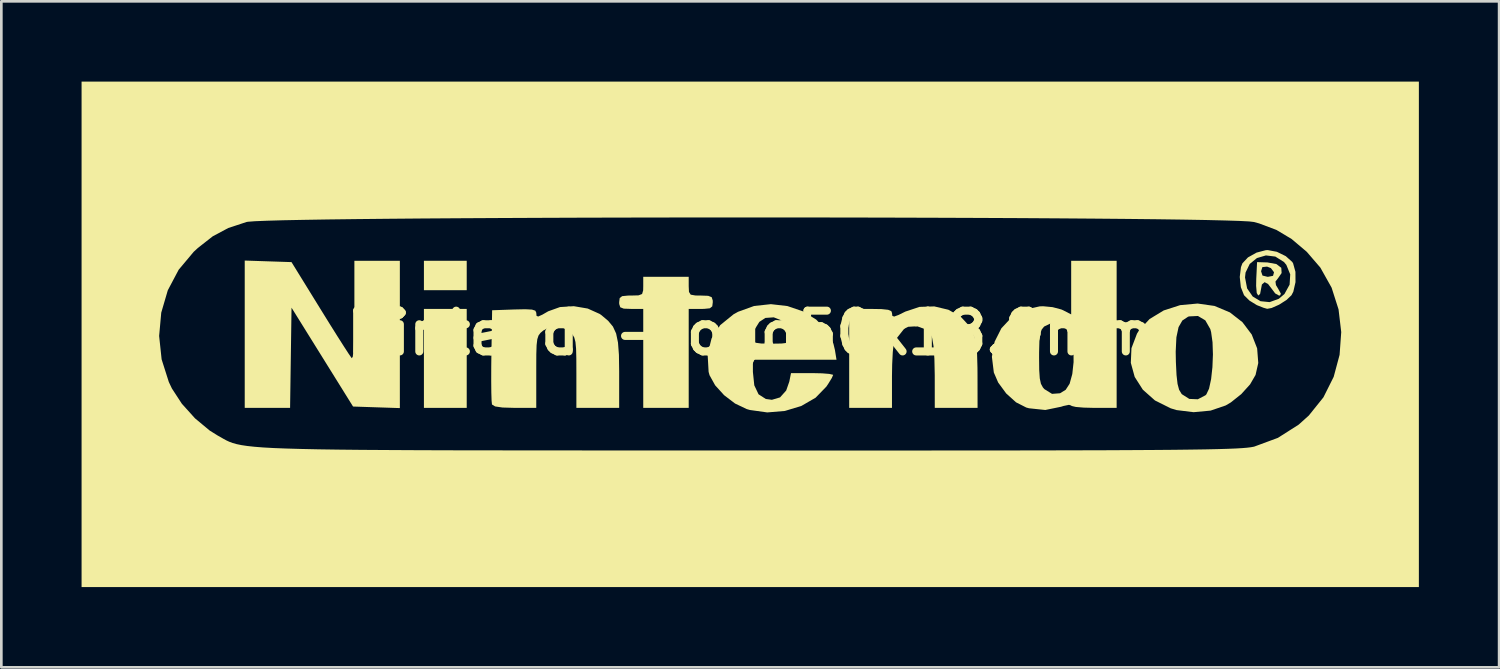
<source format=kicad_pcb>
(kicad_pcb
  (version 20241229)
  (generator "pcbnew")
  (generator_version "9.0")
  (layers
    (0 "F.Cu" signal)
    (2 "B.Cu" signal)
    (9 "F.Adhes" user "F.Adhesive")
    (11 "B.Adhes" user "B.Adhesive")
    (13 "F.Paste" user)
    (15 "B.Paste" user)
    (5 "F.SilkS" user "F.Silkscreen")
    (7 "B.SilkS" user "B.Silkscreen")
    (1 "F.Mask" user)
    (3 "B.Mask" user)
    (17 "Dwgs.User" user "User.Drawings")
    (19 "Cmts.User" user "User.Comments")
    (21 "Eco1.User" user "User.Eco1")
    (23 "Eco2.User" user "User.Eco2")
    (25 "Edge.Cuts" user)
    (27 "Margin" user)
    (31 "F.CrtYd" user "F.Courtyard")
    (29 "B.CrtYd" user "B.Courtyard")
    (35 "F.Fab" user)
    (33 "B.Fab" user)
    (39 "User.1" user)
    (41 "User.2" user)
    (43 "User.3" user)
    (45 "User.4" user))
  (footprint "Nintendo-logo50x18.9mm"
    (layer "F.Cu")
    (at 25 9.4)
    (property "Reference" "Nintendo-logo50x18.9mm" (at 0 0 0) (layer "F.SilkS") (effects (font (size 1.524 1.524) (thickness 0.3))))
    (attr board_only exclude_from_pos_files exclude_from_bom)
    (fp_poly (pts (xy -10.6 -1.6) (xy -12.2 -1.6) (xy -12.2 -2.7) (xy -10.6 -2.7)) (stroke (width 0) (type solid)) (fill yes) (layer "F.SilkS"))
    (fp_poly (pts (xy -10.6 2.8) (xy -12.2 2.8) (xy -12.2 -0.9) (xy -10.6 -0.9)) (stroke (width 0) (type solid)) (fill yes) (layer "F.SilkS"))
    (fp_poly (pts (xy -18.026 -2.679) (xy -17.151 -2.65) (xy -16.072 -0.902) (xy -15.742 -0.369) (xy -15.443 0.108) (xy -15.192 0.502) (xy -15.008 0.786) (xy -14.906 0.932) (xy -14.897 0.943) (xy -14.86 0.886) (xy -14.831 0.636) (xy -14.812 0.201) (xy -14.802 -0.41) (xy -14.8 -0.83) (xy -14.8 -2.7) (xy -13.1 -2.7) (xy -13.1 2.808) (xy -14.85 2.75) (xy -17.15 -0.946) (xy -17.204 2.8) (xy -18.9 2.8) (xy -18.9 -2.708)) (stroke (width 0) (type solid)) (fill yes) (layer "F.SilkS"))
    (fp_poly (pts (xy -2.3 -1.75) (xy -2.29 -1.535) (xy -2.225 -1.433) (xy -2.05 -1.402) (xy -1.85 -1.4) (xy -1.572 -1.39) (xy -1.441 -1.339) (xy -1.402 -1.217) (xy -1.4 -1.15) (xy -1.419 -0.996) (xy -1.51 -0.923) (xy -1.729 -0.901) (xy -1.85 -0.9) (xy -2.3 -0.9) (xy -2.3 2.8) (xy -4 2.8) (xy -4 -0.9) (xy -4.45 -0.9) (xy -4.728 -0.91) (xy -4.859 -0.961) (xy -4.898 -1.083) (xy -4.9 -1.15) (xy -4.881 -1.304) (xy -4.79 -1.377) (xy -4.571 -1.399) (xy -4.45 -1.4) (xy -4.174 -1.407) (xy -4.043 -1.458) (xy -4.003 -1.594) (xy -4 -1.75) (xy -4 -2.1) (xy -2.3 -2.1)) (stroke (width 0) (type solid)) (fill yes) (layer "F.SilkS"))
    (fp_poly (pts (xy 19.336 -2.638) (xy 19.673 -2.577) (xy 19.856 -2.437) (xy 19.868 -2.241) (xy 19.74 -2.055) (xy 19.638 -1.923) (xy 19.657 -1.79) (xy 19.743 -1.647) (xy 19.84 -1.47) (xy 19.811 -1.404) (xy 19.769 -1.4) (xy 19.627 -1.48) (xy 19.5 -1.65) (xy 19.36 -1.833) (xy 19.233 -1.9) (xy 19.131 -1.814) (xy 19.1 -1.65) (xy 19.064 -1.462) (xy 18.995 -1.4) (xy 18.938 -1.494) (xy 18.915 -1.76) (xy 18.92 -2.025) (xy 18.934 -2.307) (xy 19.1 -2.307) (xy 19.153 -2.147) (xy 19.344 -2.1) (xy 19.357 -2.1) (xy 19.547 -2.137) (xy 19.583 -2.265) (xy 19.581 -2.275) (xy 19.467 -2.426) (xy 19.324 -2.482) (xy 19.148 -2.463) (xy 19.1 -2.308) (xy 19.1 -2.307) (xy 18.934 -2.307) (xy 18.95 -2.65)) (stroke (width 0) (type solid)) (fill yes) (layer "F.SilkS"))
    (fp_poly (pts (xy 7.409 -0.869) (xy 7.867 -0.612) (xy 8.214 -0.237) (xy 8.307 -0.065) (xy 8.393 0.165) (xy 8.449 0.438) (xy 8.482 0.8) (xy 8.496 1.294) (xy 8.498 1.575) (xy 8.5 2.8) (xy 6.9 2.8) (xy 6.899 1.575) (xy 6.886 0.962) (xy 6.853 0.489) (xy 6.801 0.183) (xy 6.774 0.108) (xy 6.55 -0.138) (xy 6.241 -0.251) (xy 5.906 -0.232) (xy 5.606 -0.085) (xy 5.413 0.161) (xy 5.367 0.363) (xy 5.33 0.718) (xy 5.307 1.178) (xy 5.3 1.605) (xy 5.3 2.8) (xy 3.7 2.8) (xy 3.7 -0.9) (xy 4.5 -0.9) (xy 4.91 -0.893) (xy 5.157 -0.867) (xy 5.275 -0.816) (xy 5.3 -0.75) (xy 5.313 -0.641) (xy 5.381 -0.614) (xy 5.545 -0.674) (xy 5.8 -0.8) (xy 6.331 -0.976) (xy 6.882 -0.994)) (stroke (width 0) (type solid)) (fill yes) (layer "F.SilkS"))
    (fp_poly (pts (xy 19.689 -3.036) (xy 20.023 -2.873) (xy 20.264 -2.658) (xy 20.297 -2.606) (xy 20.385 -2.287) (xy 20.387 -1.9) (xy 20.306 -1.545) (xy 20.237 -1.412) (xy 20.049 -1.233) (xy 19.773 -1.058) (xy 19.493 -0.934) (xy 19.328 -0.904) (xy 19.191 -0.943) (xy 18.961 -1.034) (xy 18.938 -1.044) (xy 18.666 -1.211) (xy 18.463 -1.412) (xy 18.344 -1.712) (xy 18.305 -2.077) (xy 18.5 -2.077) (xy 18.578 -1.667) (xy 18.786 -1.365) (xy 19.08 -1.188) (xy 19.42 -1.154) (xy 19.764 -1.279) (xy 19.975 -1.459) (xy 20.167 -1.808) (xy 20.19 -2.191) (xy 20.045 -2.547) (xy 19.955 -2.655) (xy 19.633 -2.857) (xy 19.281 -2.9) (xy 18.945 -2.801) (xy 18.675 -2.581) (xy 18.52 -2.259) (xy 18.5 -2.077) (xy 18.305 -2.077) (xy 18.303 -2.096) (xy 18.348 -2.462) (xy 18.403 -2.606) (xy 18.61 -2.826) (xy 18.93 -3.005) (xy 19.275 -3.096) (xy 19.35 -3.1)) (stroke (width 0) (type solid)) (fill yes) (layer "F.SilkS"))
    (fp_poly (pts (xy -6.076 -0.914) (xy -5.627 -0.712) (xy -5.562 -0.666) (xy -5.312 -0.455) (xy -5.133 -0.24) (xy -5.014 0.019) (xy -4.944 0.358) (xy -4.909 0.818) (xy -4.9 1.435) (xy -4.9 1.495) (xy -4.9 2.8) (xy -6.5 2.8) (xy -6.5 1.495) (xy -6.502 0.96) (xy -6.511 0.587) (xy -6.535 0.337) (xy -6.578 0.171) (xy -6.647 0.053) (xy -6.745 -0.055) (xy -7.064 -0.261) (xy -7.403 -0.269) (xy -7.737 -0.093) (xy -7.843 -0.003) (xy -7.915 0.094) (xy -7.961 0.234) (xy -7.987 0.455) (xy -7.998 0.792) (xy -8 1.282) (xy -8 1.457) (xy -8 2.8) (xy -8.803 2.8) (xy -9.261 2.787) (xy -9.538 2.746) (xy -9.654 2.675) (xy -9.656 2.671) (xy -9.67 2.533) (xy -9.68 2.23) (xy -9.684 1.799) (xy -9.683 1.275) (xy -9.678 0.846) (xy -9.65 -0.85) (xy -8.825 -0.879) (xy -8.412 -0.888) (xy -8.161 -0.875) (xy -8.036 -0.835) (xy -8 -0.761) (xy -8 -0.754) (xy -7.989 -0.64) (xy -7.927 -0.616) (xy -7.772 -0.685) (xy -7.553 -0.811) (xy -7.113 -0.969) (xy -6.596 -1.002)) (stroke (width 0) (type solid)) (fill yes) (layer "F.SilkS"))
    (fp_poly (pts (xy 17.36 -1.011) (xy 17.934 -0.77) (xy 18.403 -0.404) (xy 18.75 0.056) (xy 18.953 0.575) (xy 18.995 1.122) (xy 18.894 1.568) (xy 18.689 1.921) (xy 18.36 2.285) (xy 17.968 2.597) (xy 17.776 2.71) (xy 17.213 2.902) (xy 16.576 2.961) (xy 15.943 2.883) (xy 15.72 2.816) (xy 15.132 2.522) (xy 14.68 2.121) (xy 14.375 1.643) (xy 14.23 1.116) (xy 14.248 0.699) (xy 15.908 0.699) (xy 15.915 1.084) (xy 15.939 1.572) (xy 15.977 1.904) (xy 16.035 2.122) (xy 16.123 2.269) (xy 16.14 2.29) (xy 16.417 2.465) (xy 16.735 2.478) (xy 17.021 2.329) (xy 17.055 2.294) (xy 17.155 2.081) (xy 17.232 1.725) (xy 17.281 1.279) (xy 17.3 0.801) (xy 17.285 0.346) (xy 17.232 -0.033) (xy 17.202 -0.145) (xy 17.015 -0.472) (xy 16.739 -0.636) (xy 16.407 -0.62) (xy 16.366 -0.606) (xy 16.157 -0.467) (xy 16.015 -0.219) (xy 15.934 0.162) (xy 15.908 0.699) (xy 14.248 0.699) (xy 14.254 0.568) (xy 14.46 0.026) (xy 14.533 -0.092) (xy 14.931 -0.522) (xy 15.46 -0.843) (xy 16.074 -1.041) (xy 16.728 -1.101)) (stroke (width 0) (type solid)) (fill yes) (layer "F.SilkS"))
    (fp_poly (pts (xy 13.7 2.8) (xy 12.85 2.8) (xy 12.466 2.79) (xy 12.172 2.765) (xy 12.015 2.728) (xy 12 2.712) (xy 11.918 2.686) (xy 11.712 2.729) (xy 11.625 2.757) (xy 11.033 2.879) (xy 10.424 2.815) (xy 10.321 2.787) (xy 9.938 2.592) (xy 9.57 2.26) (xy 9.27 1.851) (xy 9.108 1.477) (xy 9.039 0.915) (xy 10.8 0.915) (xy 10.805 1.384) (xy 10.826 1.697) (xy 10.869 1.899) (xy 10.943 2.036) (xy 11 2.1) (xy 11.284 2.276) (xy 11.583 2.254) (xy 11.794 2.125) (xy 11.942 1.897) (xy 12.042 1.533) (xy 12.09 1.091) (xy 12.087 0.628) (xy 12.032 0.203) (xy 11.922 -0.127) (xy 11.837 -0.249) (xy 11.581 -0.379) (xy 11.268 -0.376) (xy 10.99 -0.241) (xy 10.983 -0.235) (xy 10.896 -0.125) (xy 10.841 0.04) (xy 10.812 0.304) (xy 10.801 0.709) (xy 10.8 0.915) (xy 9.039 0.915) (xy 9.036 0.886) (xy 9.138 0.325) (xy 9.39 -0.175) (xy 9.77 -0.582) (xy 10.255 -0.866) (xy 10.82 -0.995) (xy 10.951 -1) (xy 11.306 -0.966) (xy 11.631 -0.88) (xy 11.705 -0.847) (xy 12 -0.695) (xy 12 -2.7) (xy 13.7 -2.7)) (stroke (width 0) (type solid)) (fill yes) (layer "F.SilkS"))
    (fp_poly (pts (xy 1.39 -1.007) (xy 1.966 -0.811) (xy 2.466 -0.502) (xy 2.859 -0.095) (xy 3.11 0.399) (xy 3.167 0.637) (xy 3.226 1) (xy 0.1 1) (xy 0.1 1.457) (xy 0.152 1.957) (xy 0.311 2.292) (xy 0.582 2.467) (xy 0.81 2.498) (xy 1.115 2.408) (xy 1.345 2.15) (xy 1.461 1.818) (xy 1.525 1.5) (xy 2.312 1.5) (xy 2.681 1.508) (xy 2.957 1.53) (xy 3.093 1.561) (xy 3.1 1.57) (xy 3.048 1.687) (xy 2.916 1.902) (xy 2.846 2.006) (xy 2.444 2.42) (xy 1.912 2.728) (xy 1.294 2.915) (xy 0.637 2.97) (xy -0.013 2.879) (xy -0.133 2.844) (xy -0.568 2.637) (xy -0.977 2.325) (xy -1.311 1.957) (xy -1.521 1.58) (xy -1.556 1.453) (xy -1.593 0.79) (xy -1.446 0.205) (xy 0.1 0.205) (xy 0.12 0.307) (xy 0.209 0.366) (xy 0.409 0.393) (xy 0.762 0.4) (xy 0.8 0.4) (xy 1.168 0.394) (xy 1.379 0.37) (xy 1.476 0.314) (xy 1.5 0.215) (xy 1.5 0.205) (xy 1.42 -0.186) (xy 1.202 -0.458) (xy 0.88 -0.585) (xy 0.567 -0.563) (xy 0.342 -0.416) (xy 0.171 -0.141) (xy 0.1 0.189) (xy 0.1 0.205) (xy -1.446 0.205) (xy -1.446 0.204) (xy -1.12 -0.296) (xy -0.62 -0.701) (xy -0.457 -0.792) (xy 0.146 -1.01) (xy 0.773 -1.078)) (stroke (width 0) (type solid)) (fill yes) (layer "F.SilkS"))
    (fp_poly (pts (xy 25 9.5) (xy -25 9.5) (xy -25 0.111) (xy -22.1 0.111) (xy -22.007 0.986) (xy -21.738 1.832) (xy -21.622 2.076) (xy -21.251 2.645) (xy -20.759 3.191) (xy -20.211 3.647) (xy -19.915 3.832) (xy -19.795 3.899) (xy -19.688 3.961) (xy -19.584 4.017) (xy -19.474 4.068) (xy -19.35 4.114) (xy -19.203 4.155) (xy -19.024 4.192) (xy -18.805 4.225) (xy -18.536 4.254) (xy -18.209 4.28) (xy -17.815 4.302) (xy -17.345 4.32) (xy -16.79 4.336) (xy -16.142 4.35) (xy -15.392 4.361) (xy -14.53 4.37) (xy -13.549 4.376) (xy -12.44 4.382) (xy -11.193 4.386) (xy -9.799 4.388) (xy -8.251 4.39) (xy -6.539 4.391) (xy -4.655 4.392) (xy -2.589 4.393) (xy -0.333 4.393) (xy -0.046 4.393) (xy 2.226 4.394) (xy 4.307 4.394) (xy 6.205 4.394) (xy 7.928 4.393) (xy 9.486 4.392) (xy 10.887 4.39) (xy 12.139 4.387) (xy 13.252 4.384) (xy 14.233 4.379) (xy 15.091 4.374) (xy 15.836 4.368) (xy 16.474 4.36) (xy 17.016 4.352) (xy 17.469 4.342) (xy 17.842 4.331) (xy 18.145 4.319) (xy 18.384 4.305) (xy 18.569 4.29) (xy 18.709 4.273) (xy 18.812 4.255) (xy 18.847 4.247) (xy 19.729 3.921) (xy 20.504 3.428) (xy 20.885 3.086) (xy 21.431 2.406) (xy 21.815 1.639) (xy 22.036 0.816) (xy 22.097 -0.034) (xy 21.997 -0.881) (xy 21.737 -1.695) (xy 21.316 -2.445) (xy 20.807 -3.036) (xy 20.24 -3.515) (xy 19.673 -3.854) (xy 19.026 -4.097) (xy 18.832 -4.15) (xy 18.654 -4.171) (xy 18.288 -4.19) (xy 17.747 -4.207) (xy 17.043 -4.224) (xy 16.188 -4.239) (xy 15.195 -4.253) (xy 14.076 -4.265) (xy 12.843 -4.276) (xy 11.509 -4.286) (xy 10.086 -4.295) (xy 8.586 -4.302) (xy 7.022 -4.308) (xy 5.405 -4.313) (xy 3.75 -4.317) (xy 2.067 -4.319) (xy 0.368 -4.32) (xy -1.332 -4.319) (xy -3.024 -4.318) (xy -4.693 -4.315) (xy -6.328 -4.311) (xy -7.916 -4.305) (xy -9.445 -4.298) (xy -10.903 -4.29) (xy -12.277 -4.281) (xy -13.555 -4.27) (xy -14.725 -4.258) (xy -15.774 -4.245) (xy -16.69 -4.23) (xy -17.461 -4.215) (xy -18.075 -4.197) (xy -18.518 -4.179) (xy -18.779 -4.159) (xy -18.832 -4.15) (xy -19.513 -3.926) (xy -20.094 -3.616) (xy -20.653 -3.178) (xy -20.807 -3.036) (xy -21.369 -2.366) (xy -21.776 -1.597) (xy -22.021 -0.761) (xy -22.1 0.111) (xy -25 0.111) (xy -25 -9.4) (xy 25 -9.4)) (stroke (width 0) (type solid)) (fill yes) (layer "F.SilkS")))
  (gr_rect
    (start -3 -3)
    (end 53 21.9)
    (stroke (width 0.1) (type default))
    (fill no)
    (layer "Edge.Cuts")))
</source>
